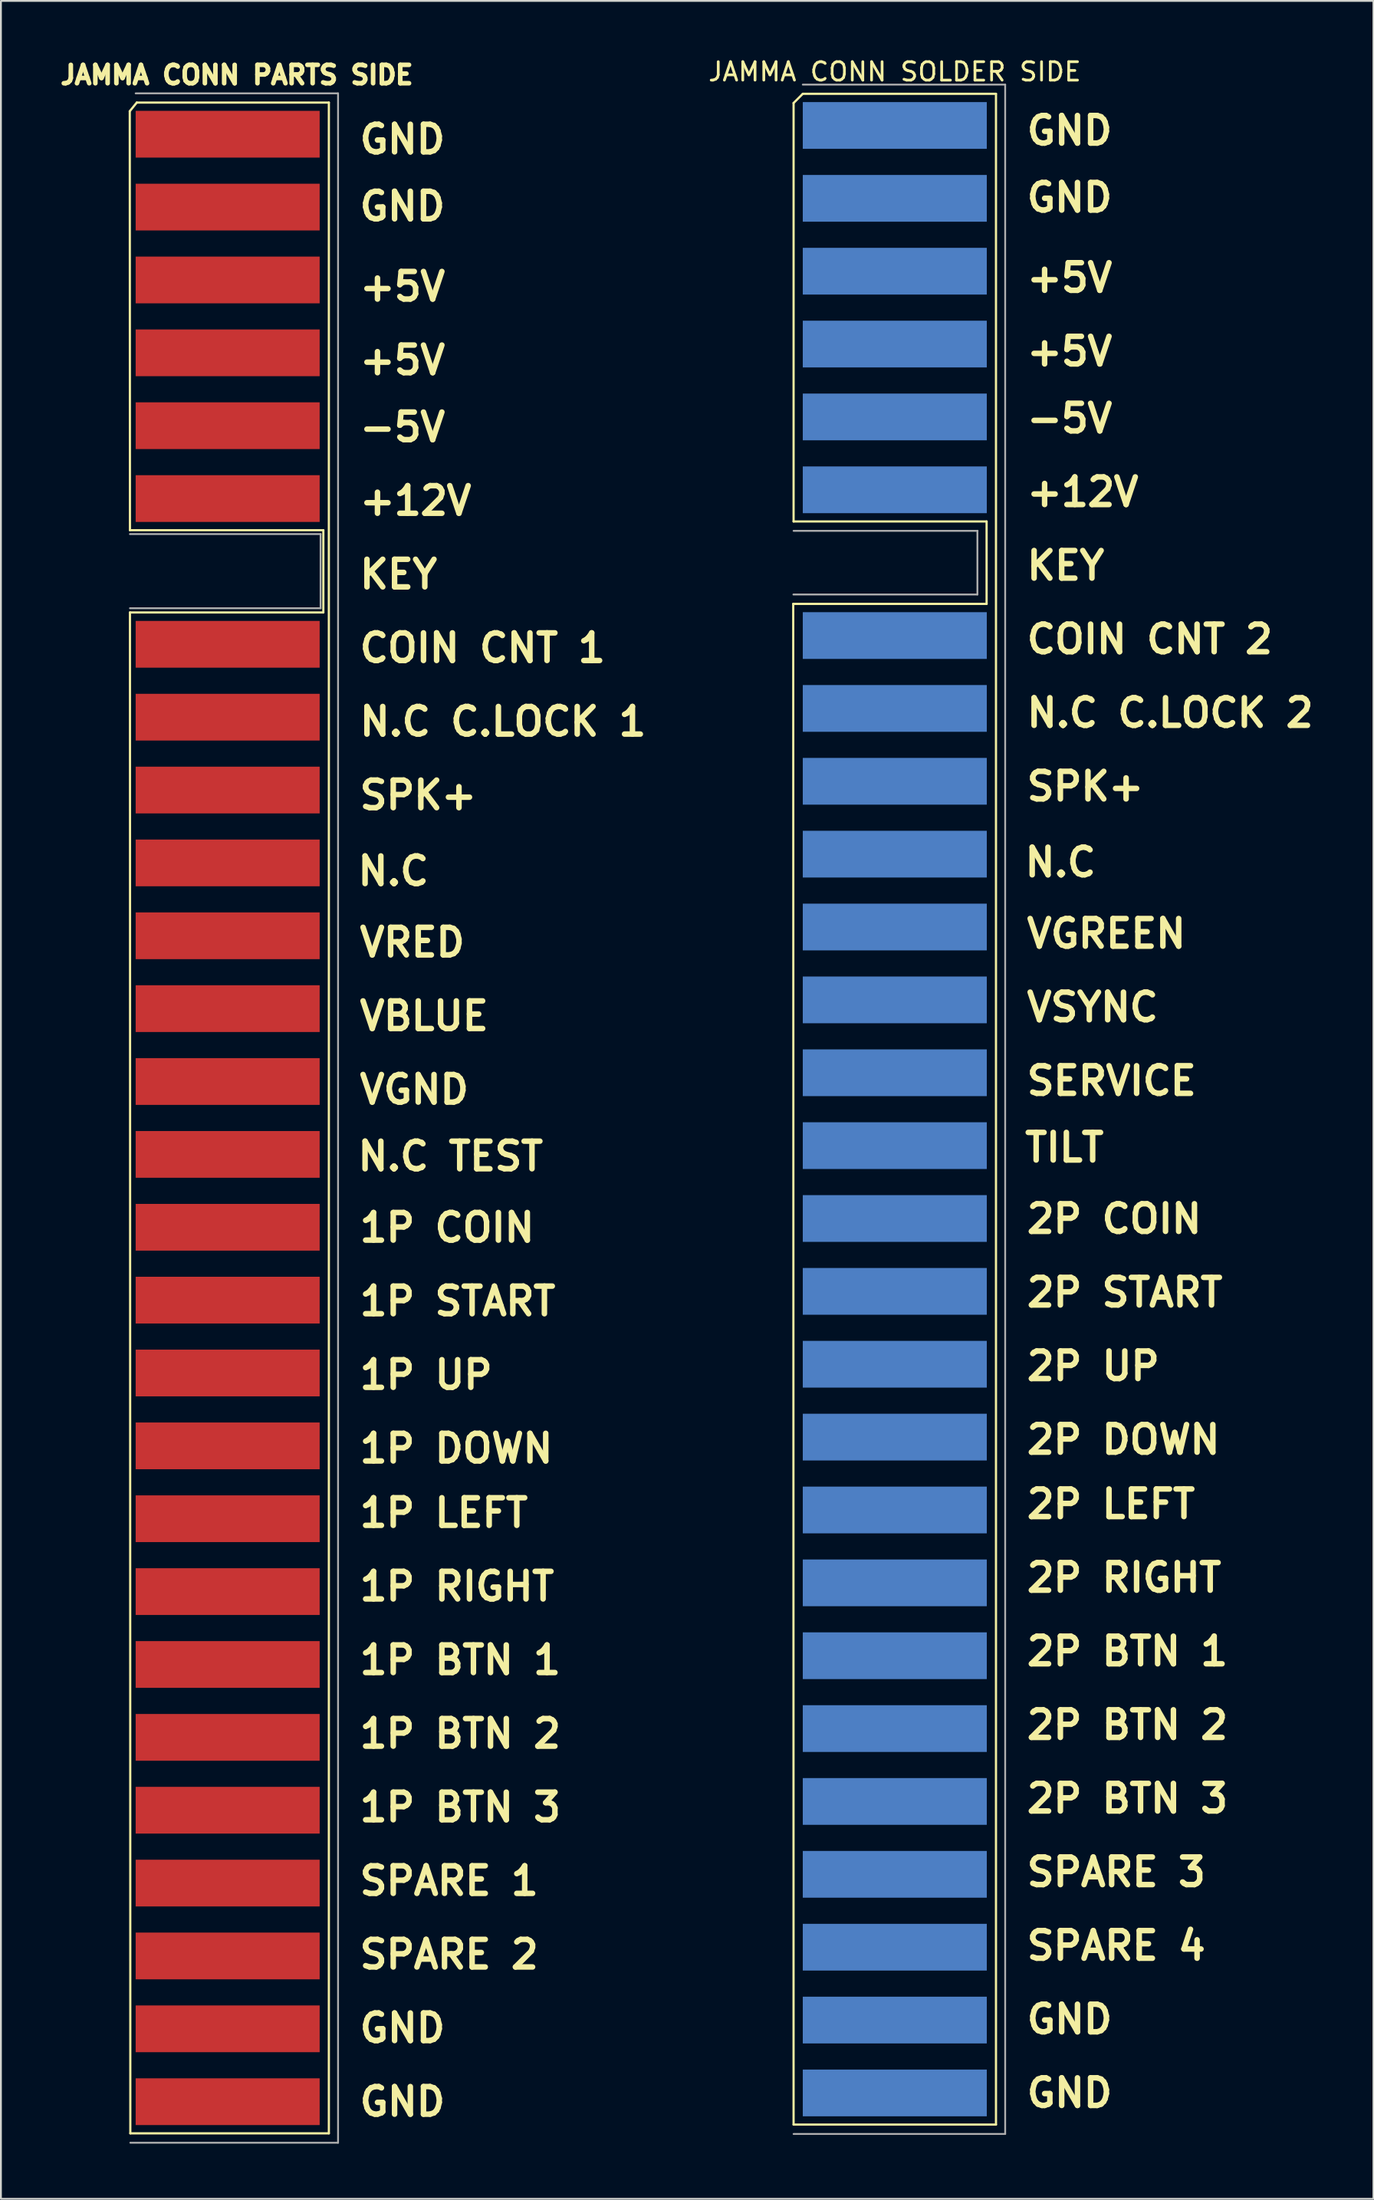
<source format=kicad_pcb>
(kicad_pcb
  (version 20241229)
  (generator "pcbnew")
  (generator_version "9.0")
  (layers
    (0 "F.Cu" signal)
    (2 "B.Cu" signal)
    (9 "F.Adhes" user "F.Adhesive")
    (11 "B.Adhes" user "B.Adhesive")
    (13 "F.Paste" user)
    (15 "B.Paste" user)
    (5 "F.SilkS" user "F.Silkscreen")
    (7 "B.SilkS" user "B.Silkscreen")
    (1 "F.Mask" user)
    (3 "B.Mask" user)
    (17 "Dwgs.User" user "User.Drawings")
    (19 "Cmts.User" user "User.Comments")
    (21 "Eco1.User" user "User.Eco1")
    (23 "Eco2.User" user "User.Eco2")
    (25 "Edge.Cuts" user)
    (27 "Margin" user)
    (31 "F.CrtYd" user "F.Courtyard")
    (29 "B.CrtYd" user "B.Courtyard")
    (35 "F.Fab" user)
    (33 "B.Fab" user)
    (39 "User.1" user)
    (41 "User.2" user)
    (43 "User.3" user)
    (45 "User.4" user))
  (footprint "JAMMA CONN PARTS SIDE"
    (layer "F.Cu")
    (at 8.823 54.164)
    (property "Reference" "JAMMA CONN PARTS SIDE" (at 1 -53.14 0) (layer "F.SilkS") (effects (font (size 1 1) (thickness 0.25))))
    (attr through_hole)
    (fp_line (start -4.82 -51.17) (end -4.81 -28.4) (stroke (width 0.12) (type default)) (layer "F.SilkS"))
    (fp_line (start -4.79 58.72) (end -4.81 -23.93) (stroke (width 0.12) (type default)) (layer "F.SilkS"))
    (fp_line (start -4.79 58.72) (end 6 58.72) (stroke (width 0.12) (type default)) (layer "F.SilkS"))
    (fp_line (start -4.44 -51.64) (end -4.82 -51.17) (stroke (width 0.12) (type default)) (layer "F.SilkS"))
    (fp_line (start 5.7 -28.4) (end -4.81 -28.4) (stroke (width 0.12) (type default)) (layer "F.SilkS"))
    (fp_line (start 5.7 -28.4) (end 5.7 -23.93) (stroke (width 0.12) (type default)) (layer "F.SilkS"))
    (fp_line (start 5.7 -23.93) (end -4.81 -23.93) (stroke (width 0.12) (type default)) (layer "F.SilkS"))
    (fp_line (start 6 -51.64) (end -4.44 -51.64) (stroke (width 0.12) (type default)) (layer "F.SilkS"))
    (fp_line (start 6 58.72) (end 6 -51.64) (stroke (width 0.12) (type default)) (layer "F.SilkS"))
    (fp_line (start -4.5 -52.14) (end 6.5 -52.14) (stroke (width 0.1) (type default)) (layer "F.Fab"))
    (fp_line (start 5.55 -28.19) (end -4.81 -28.19) (stroke (width 0.1) (type default)) (layer "F.Fab"))
    (fp_line (start 5.55 -28.19) (end 5.55 -24.16) (stroke (width 0.1) (type default)) (layer "F.Fab"))
    (fp_line (start 5.55 -24.16) (end -4.81 -24.16) (stroke (width 0.1) (type default)) (layer "F.Fab"))
    (fp_line (start 6.5 -52.14) (end 6.5 59.23) (stroke (width 0.1) (type default)) (layer "F.Fab"))
    (fp_line (start 6.5 59.23) (end -4.79 59.23) (stroke (width 0.1) (type default)) (layer "F.Fab"))
    (fp_text user "GND" (at 10 57 0) (layer "F.SilkS") (effects (font (size 1.5 1.5) (thickness 0.3))))
    (fp_text user "N.C" (at 7.414 -9 0) (unlocked yes) (layer "F.SilkS") (effects (font (size 1.5 1.5) (thickness 0.3) (bold yes)) (justify left bottom)))
    (fp_text user "1P UP" (at 11.286 17.5 0) (layer "F.SilkS") (effects (font (size 1.5 1.5) (thickness 0.3))))
    (fp_text user "1P BTN 1" (at 13.143 33 0) (layer "F.SilkS") (effects (font (size 1.5 1.5) (thickness 0.3))))
    (fp_text user "SPK+" (at 10.857 -14 0) (layer "F.SilkS") (effects (font (size 1.5 1.5) (thickness 0.3))))
    (fp_text user "VGND" (at 10.643 2 0) (layer "F.SilkS") (effects (font (size 1.5 1.5) (thickness 0.3))))
    (fp_text user "GND" (at 10 -46 0) (layer "F.SilkS") (effects (font (size 1.5 1.5) (thickness 0.3))))
    (fp_text user "1P DOWN" (at 12.929 21.5 0) (layer "F.SilkS") (effects (font (size 1.5 1.5) (thickness 0.3))))
    (fp_text user "SPARE 2" (at 12.536 49 0) (layer "F.SilkS") (effects (font (size 1.5 1.5) (thickness 0.3))))
    (fp_text user "N.C C.LOCK 1" (at 15.464 -18 0) (layer "F.SilkS") (effects (font (size 1.5 1.5) (thickness 0.3))))
    (fp_text user "COIN CNT 1" (at 14.357 -22 0) (layer "F.SilkS") (effects (font (size 1.5 1.5) (thickness 0.3))))
    (fp_text user "-5V" (at 10 -34 0) (layer "F.SilkS") (effects (font (size 1.5 1.5) (thickness 0.3))))
    (fp_text user "KEY" (at 9.786 -26 0) (layer "F.SilkS") (effects (font (size 1.5 1.5) (thickness 0.3))))
    (fp_text user "GND" (at 10 -49.64 0) (layer "F.SilkS") (effects (font (size 1.5 1.5) (thickness 0.3))))
    (fp_text user "1P START" (at 13 13.5 0) (layer "F.SilkS") (effects (font (size 1.5 1.5) (thickness 0.3))))
    (fp_text user "+5V" (at 10 -41.64 0) (layer "F.SilkS") (effects (font (size 1.5 1.5) (thickness 0.3))))
    (fp_text user "1P RIGHT" (at 12.964 29 0) (layer "F.SilkS") (effects (font (size 1.5 1.5) (thickness 0.3))))
    (fp_text user "VBLUE" (at 11.179 -2 0) (layer "F.SilkS") (effects (font (size 1.5 1.5) (thickness 0.3))))
    (fp_text user "N.C TEST" (at 7.414 6.5 0) (unlocked yes) (layer "F.SilkS") (effects (font (size 1.5 1.5) (thickness 0.3) (bold yes)) (justify left bottom)))
    (fp_text user "1P LEFT" (at 12.25 25 0) (layer "F.SilkS") (effects (font (size 1.5 1.5) (thickness 0.3))))
    (fp_text user "1P COIN " (at 13 9.5 0) (layer "F.SilkS") (effects (font (size 1.5 1.5) (thickness 0.3))))
    (fp_text user "VRED" (at 10.536 -6 0) (layer "F.SilkS") (effects (font (size 1.5 1.5) (thickness 0.3))))
    (fp_text user "GND" (at 10 53 0) (layer "F.SilkS") (effects (font (size 1.5 1.5) (thickness 0.3))))
    (fp_text user "SPARE 1" (at 12.536 45 0) (layer "F.SilkS") (effects (font (size 1.5 1.5) (thickness 0.3))))
    (fp_text user "1P BTN 2" (at 13.143 37 0) (layer "F.SilkS") (effects (font (size 1.5 1.5) (thickness 0.3))))
    (fp_text user "1P BTN 3" (at 13.143 41 0) (layer "F.SilkS") (effects (font (size 1.5 1.5) (thickness 0.3))))
    (fp_text user "+12V" (at 10.714 -30 0) (layer "F.SilkS") (effects (font (size 1.5 1.5) (thickness 0.3))))
    (fp_text user "+5V" (at 10 -37.64 0) (layer "F.SilkS") (effects (font (size 1.5 1.5) (thickness 0.3))))
    (pad "1" connect rect (at 0.5 -49.92 90) (size 2.54 10) (layers "F.Cu" "F.Mask"))
    (pad "2" connect rect (at 0.5 -45.96 90) (size 2.54 10) (layers "F.Cu" "F.Mask"))
    (pad "3" connect rect (at 0.5 -42 90) (size 2.54 10) (layers "F.Cu" "F.Mask"))
    (pad "4" connect rect (at 0.5 -38.04 90) (size 2.54 10) (layers "F.Cu" "F.Mask"))
    (pad "5" connect rect (at 0.5 -34.08 90) (size 2.54 10) (layers "F.Cu" "F.Mask"))
    (pad "6" connect rect (at 0.5 -30.12 90) (size 2.54 10) (layers "F.Cu" "F.Mask"))
    (pad "8" connect rect (at 0.5 -22.2 90) (size 2.54 10) (layers "F.Cu" "F.Mask"))
    (pad "9" connect rect (at 0.5 -18.24 90) (size 2.54 10) (layers "F.Cu" "F.Mask"))
    (pad "10" connect rect (at 0.5 -14.28 90) (size 2.54 10) (layers "F.Cu" "F.Mask"))
    (pad "11" connect rect (at 0.5 -10.32 90) (size 2.54 10) (layers "F.Cu" "F.Mask"))
    (pad "12" connect rect (at 0.5 -6.36 90) (size 2.54 10) (layers "F.Cu" "F.Mask"))
    (pad "13" connect rect (at 0.5 -2.4 90) (size 2.54 10) (layers "F.Cu" "F.Mask"))
    (pad "14" connect rect (at 0.5 1.56 90) (size 2.54 10) (layers "F.Cu" "F.Mask"))
    (pad "15" connect rect (at 0.5 5.52 90) (size 2.54 10) (layers "F.Cu" "F.Mask"))
    (pad "16" connect rect (at 0.5 9.48 90) (size 2.54 10) (layers "F.Cu" "F.Mask"))
    (pad "17" connect rect (at 0.5 13.44 90) (size 2.54 10) (layers "F.Cu" "F.Mask"))
    (pad "18" connect rect (at 0.5 17.4 90) (size 2.54 10) (layers "F.Cu" "F.Mask"))
    (pad "19" connect rect (at 0.5 21.36 90) (size 2.54 10) (layers "F.Cu" "F.Mask"))
    (pad "20" connect rect (at 0.5 25.32 90) (size 2.54 10) (layers "F.Cu" "F.Mask"))
    (pad "21" connect rect (at 0.5 29.28 90) (size 2.54 10) (layers "F.Cu" "F.Mask"))
    (pad "22" connect rect (at 0.5 33.24 90) (size 2.54 10) (layers "F.Cu" "F.Mask"))
    (pad "23" connect rect (at 0.5 37.2 90) (size 2.54 10) (layers "F.Cu" "F.Mask"))
    (pad "24" connect rect (at 0.5 41.16 90) (size 2.54 10) (layers "F.Cu" "F.Mask"))
    (pad "25" connect rect (at 0.5 45.12 90) (size 2.54 10) (layers "F.Cu" "F.Mask"))
    (pad "26" connect rect (at 0.5 49.08 90) (size 2.54 10) (layers "F.Cu" "F.Mask"))
    (pad "27" connect rect (at 0.5 53.04 90) (size 2.54 10) (layers "F.Cu" "F.Mask"))
    (pad "28" connect rect (at 0.5 57 90) (size 2.54 10) (layers "F.Cu" "F.Mask")))
  (footprint "JAMMA CONN SOLDER SIDE"
    (layer "F.Cu")
    (at 45.701 57.228)
    (property "Reference" "JAMMA CONN SOLDER SIDE" (at -0.12 -56.38 0) (unlocked yes) (layer "F.SilkS") (effects (font (size 1 1) (thickness 0.15))))
    (attr smd)
    (fp_line (start -5.62 -54.68) (end -5.62 -31.94) (stroke (width 0.12) (type default)) (layer "F.SilkS"))
    (fp_line (start -5.62 -54.68) (end -5.12 -55.18) (stroke (width 0.12) (type default)) (layer "F.SilkS"))
    (fp_line (start -5.62 55.18) (end -5.64 -27.46) (stroke (width 0.12) (type default)) (layer "F.SilkS"))
    (fp_line (start -5.62 55.18) (end 5.38 55.18) (stroke (width 0.12) (type default)) (layer "F.SilkS"))
    (fp_line (start 4.87 -31.94) (end -5.62 -31.94) (stroke (width 0.12) (type default)) (layer "F.SilkS"))
    (fp_line (start 4.87 -31.94) (end 4.87 -27.46) (stroke (width 0.12) (type default)) (layer "F.SilkS"))
    (fp_line (start 4.87 -27.46) (end -5.64 -27.46) (stroke (width 0.12) (type default)) (layer "F.SilkS"))
    (fp_line (start 5.38 -55.18) (end -5.12 -55.18) (stroke (width 0.12) (type default)) (layer "F.SilkS"))
    (fp_line (start 5.38 55.18) (end 5.38 -55.18) (stroke (width 0.12) (type default)) (layer "F.SilkS"))
    (fp_line (start -5.12 -55.68) (end 5.88 -55.68) (stroke (width 0.1) (type default)) (layer "F.Fab"))
    (fp_line (start 4.37 -31.43) (end 4.37 -27.97) (stroke (width 0.1) (type default)) (layer "F.Fab"))
    (fp_line (start 4.37 -27.97) (end -5.63 -27.97) (stroke (width 0.1) (type default)) (layer "F.Fab"))
    (fp_line (start 4.38 -31.43) (end -5.62 -31.43) (stroke (width 0.1) (type default)) (layer "F.Fab"))
    (fp_line (start 5.88 -55.68) (end 5.88 55.69) (stroke (width 0.1) (type default)) (layer "F.Fab"))
    (fp_line (start 5.88 55.69) (end -5.62 55.69) (stroke (width 0.1) (type default)) (layer "F.Fab"))
    (fp_text user "N.C" (at 6.794 -12.54 0) (unlocked yes) (layer "F.SilkS") (effects (font (size 1.5 1.5) (thickness 0.3) (bold yes)) (justify left bottom)))
    (fp_text user "VSYNC" (at 10.63 -5.54 0) (layer "F.SilkS") (effects (font (size 1.5 1.5) (thickness 0.3))))
    (fp_text user "SPARE 3" (at 11.916 41.46 0) (layer "F.SilkS") (effects (font (size 1.5 1.5) (thickness 0.3))))
    (fp_text user "2P COIN " (at 12.38 5.96 0) (layer "F.SilkS") (effects (font (size 1.5 1.5) (thickness 0.3))))
    (fp_text user "2P DOWN" (at 12.309 17.96 0) (layer "F.SilkS") (effects (font (size 1.5 1.5) (thickness 0.3))))
    (fp_text user "2P BTN 2" (at 12.523 33.46 0) (layer "F.SilkS") (effects (font (size 1.5 1.5) (thickness 0.3))))
    (fp_text user "2P START" (at 12.38 9.96 0) (layer "F.SilkS") (effects (font (size 1.5 1.5) (thickness 0.3))))
    (fp_text user "SERVICE" (at 11.666 -1.54 0) (layer "F.SilkS") (effects (font (size 1.5 1.5) (thickness 0.3))))
    (fp_text user "2P BTN 1" (at 12.523 29.46 0) (layer "F.SilkS") (effects (font (size 1.5 1.5) (thickness 0.3))))
    (fp_text user "GND" (at 9.38 -53.18 0) (layer "F.SilkS") (effects (font (size 1.5 1.5) (thickness 0.3))))
    (fp_text user "2P BTN 3" (at 12.523 37.46 0) (layer "F.SilkS") (effects (font (size 1.5 1.5) (thickness 0.3))))
    (fp_text user "+5V" (at 9.38 -41.18 0) (layer "F.SilkS") (effects (font (size 1.5 1.5) (thickness 0.3))))
    (fp_text user "VGREEN" (at 11.38 -9.54 0) (layer "F.SilkS") (effects (font (size 1.5 1.5) (thickness 0.3))))
    (fp_text user "+12V" (at 10.094 -33.54 0) (layer "F.SilkS") (effects (font (size 1.5 1.5) (thickness 0.3))))
    (fp_text user "GND" (at 9.38 49.46 0) (layer "F.SilkS") (effects (font (size 1.5 1.5) (thickness 0.3))))
    (fp_text user "SPARE 4" (at 11.916 45.46 0) (layer "F.SilkS") (effects (font (size 1.5 1.5) (thickness 0.3))))
    (fp_text user "SPK+" (at 10.237 -17.54 0) (layer "F.SilkS") (effects (font (size 1.5 1.5) (thickness 0.3))))
    (fp_text user "N.C C.LOCK 2" (at 14.844 -21.54 0) (layer "F.SilkS") (effects (font (size 1.5 1.5) (thickness 0.3))))
    (fp_text user "KEY" (at 9.166 -29.54 0) (layer "F.SilkS") (effects (font (size 1.5 1.5) (thickness 0.3))))
    (fp_text user "-5V" (at 9.38 -37.54 0) (layer "F.SilkS") (effects (font (size 1.5 1.5) (thickness 0.3))))
    (fp_text user "COIN CNT 2" (at 13.737 -25.54 0) (layer "F.SilkS") (effects (font (size 1.5 1.5) (thickness 0.3))))
    (fp_text user "+5V" (at 9.38 -45.18 0) (layer "F.SilkS") (effects (font (size 1.5 1.5) (thickness 0.3))))
    (fp_text user "2P RIGHT" (at 12.344 25.46 0) (layer "F.SilkS") (effects (font (size 1.5 1.5) (thickness 0.3))))
    (fp_text user "2P UP" (at 10.666 13.96 0) (layer "F.SilkS") (effects (font (size 1.5 1.5) (thickness 0.3))))
    (fp_text user "2P LEFT" (at 11.63 21.46 0) (layer "F.SilkS") (effects (font (size 1.5 1.5) (thickness 0.3))))
    (fp_text user "GND" (at 9.38 -49.54 0) (layer "F.SilkS") (effects (font (size 1.5 1.5) (thickness 0.3))))
    (fp_text user "GND" (at 9.38 53.46 0) (layer "F.SilkS") (effects (font (size 1.5 1.5) (thickness 0.3))))
    (fp_text user "TILT" (at 6.794 2.96 0) (unlocked yes) (layer "F.SilkS") (effects (font (size 1.5 1.5) (thickness 0.3) (bold yes)) (justify left bottom)))
    (pad "A" connect rect (at -0.12 -53.46 90) (size 2.54 10) (layers "B.Cu" "B.Mask"))
    (pad "B" connect rect (at -0.12 -49.5 90) (size 2.54 10) (layers "B.Cu" "B.Mask"))
    (pad "C" connect rect (at -0.12 -45.54 90) (size 2.54 10) (layers "B.Cu" "B.Mask"))
    (pad "D" connect rect (at -0.12 -41.58 90) (size 2.54 10) (layers "B.Cu" "B.Mask"))
    (pad "E" connect rect (at -0.12 -37.62 90) (size 2.54 10) (layers "B.Cu" "B.Mask"))
    (pad "F" connect rect (at -0.12 -33.66 90) (size 2.54 10) (layers "B.Cu" "B.Mask"))
    (pad "J" connect rect (at -0.12 -25.74 90) (size 2.54 10) (layers "B.Cu" "B.Mask"))
    (pad "K" connect rect (at -0.12 -21.78 90) (size 2.54 10) (layers "B.Cu" "B.Mask"))
    (pad "L" connect rect (at -0.12 -17.82 90) (size 2.54 10) (layers "B.Cu" "B.Mask"))
    (pad "M" connect rect (at -0.12 -13.86 90) (size 2.54 10) (layers "B.Cu" "B.Mask"))
    (pad "N" connect rect (at -0.12 -9.9 90) (size 2.54 10) (layers "B.Cu" "B.Mask"))
    (pad "P" connect rect (at -0.12 -5.94 90) (size 2.54 10) (layers "B.Cu" "B.Mask"))
    (pad "R" connect rect (at -0.12 -1.98 90) (size 2.54 10) (layers "B.Cu" "B.Mask"))
    (pad "S" connect rect (at -0.12 1.98 90) (size 2.54 10) (layers "B.Cu" "B.Mask"))
    (pad "T" connect rect (at -0.12 5.94 90) (size 2.54 10) (layers "B.Cu" "B.Mask"))
    (pad "U" connect rect (at -0.12 9.9 90) (size 2.54 10) (layers "B.Cu" "B.Mask"))
    (pad "V" connect rect (at -0.12 13.86 90) (size 2.54 10) (layers "B.Cu" "B.Mask"))
    (pad "W" connect rect (at -0.12 17.82 90) (size 2.54 10) (layers "B.Cu" "B.Mask"))
    (pad "X" connect rect (at -0.12 21.78 90) (size 2.54 10) (layers "B.Cu" "B.Mask"))
    (pad "Y" connect rect (at -0.12 25.74 90) (size 2.54 10) (layers "B.Cu" "B.Mask"))
    (pad "Z" connect rect (at -0.12 29.7 90) (size 2.54 10) (layers "B.Cu" "B.Mask"))
    (pad "a" connect rect (at -0.12 33.66 90) (size 2.54 10) (layers "B.Cu" "B.Mask"))
    (pad "b" connect rect (at -0.12 37.62 90) (size 2.54 10) (layers "B.Cu" "B.Mask"))
    (pad "c" connect rect (at -0.12 41.58 90) (size 2.54 10) (layers "B.Cu" "B.Mask"))
    (pad "d" connect rect (at -0.12 45.54 90) (size 2.54 10) (layers "B.Cu" "B.Mask"))
    (pad "e" connect rect (at -0.12 49.5 90) (size 2.54 10) (layers "B.Cu" "B.Mask"))
    (pad "f" connect rect (at -0.12 53.46 90) (size 2.54 10) (layers "B.Cu" "B.Mask")))
  (gr_rect
    (start -3 -3)
    (end 71.595 116.444)
    (stroke (width 0.1) (type default))
    (fill no)
    (layer "Edge.Cuts")))
</source>
